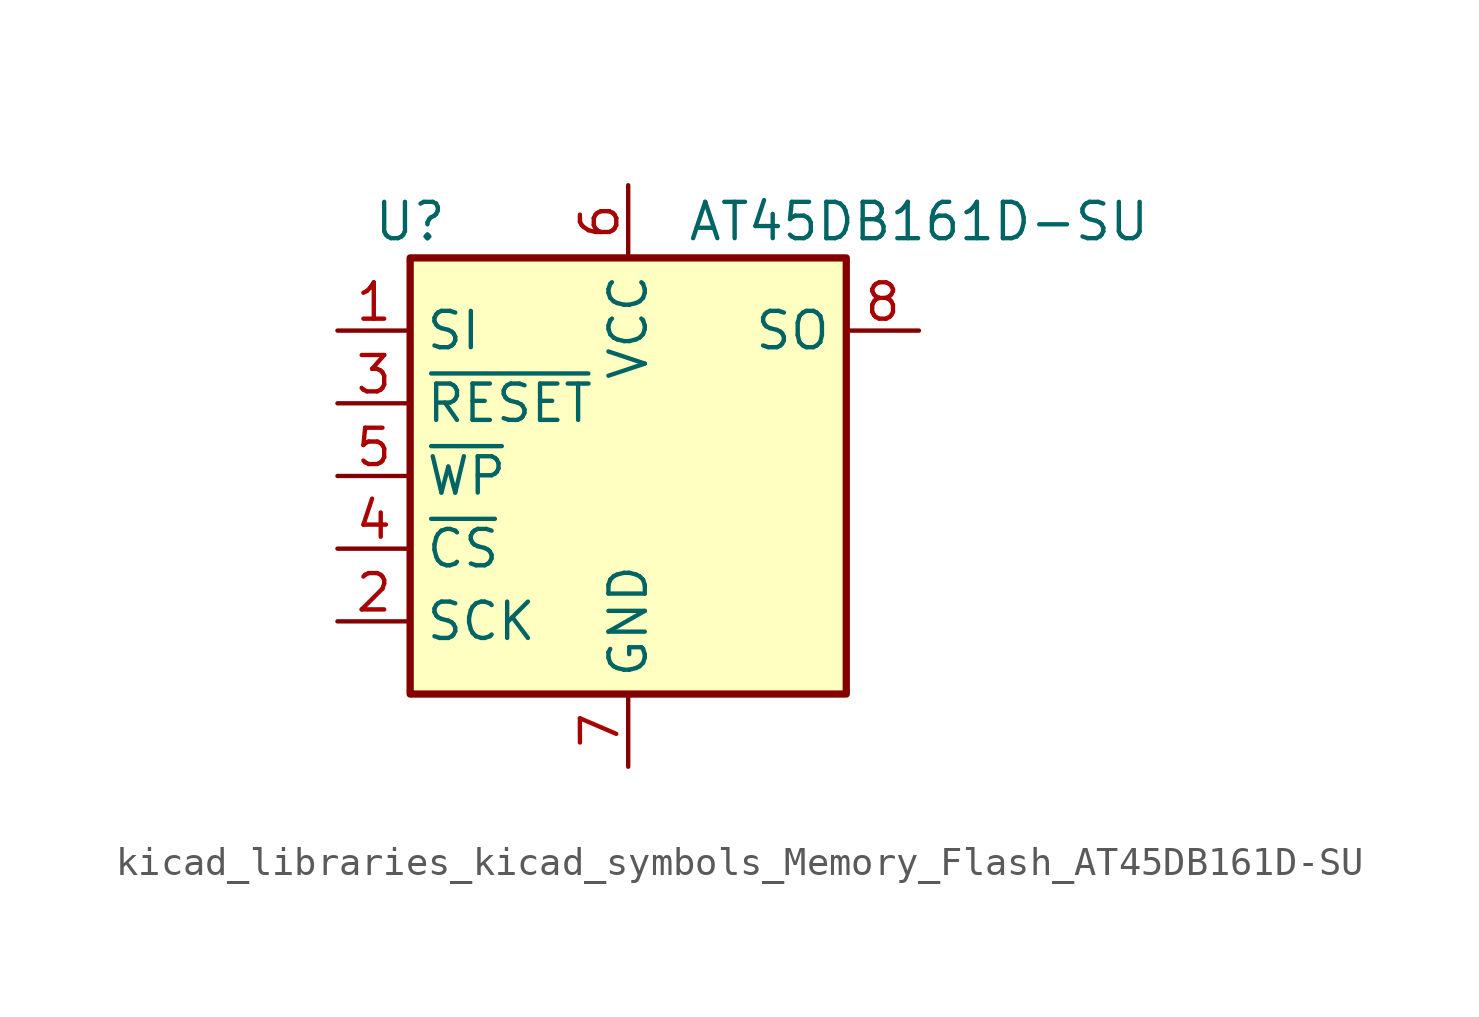
<source format=kicad_sym>
(kicad_symbol_lib
  (version 20220914)
  (generator kicad_symbol_editor)
  (symbol "kicad_libraries_kicad_symbols_Memory_Flash_AT45DB161D-SU"
    (property "Reference" "U"
      (at -7.62 8.89 0)
      (effects (font (size 1.27 1.27))))
    (property "Value" "AT45DB161D-SU"
      (at 10.16 8.89 0)
      (effects (font (size 1.27 1.27))))
    (symbol "kicad_libraries_kicad_symbols_Memory_Flash_AT45DB161D-SU_1_1"
      (rectangle (start -7.62 7.62) (end 7.62 -7.62) (stroke (width 0.254) (type default)) (fill (type background)))
      (pin input line (at -10.16 5.08 0) (length 2.54) (name "SI" (effects (font (size 1.27 1.27)))) (number "1" (effects (font (size 1.27 1.27)))))
      (pin input line (at -10.16 -5.08 0) (length 2.54) (name "SCK" (effects (font (size 1.27 1.27)))) (number "2" (effects (font (size 1.27 1.27)))))
      (pin bidirectional line (at -10.16 2.54 0) (length 2.54) (name "~{RESET}" (effects (font (size 1.27 1.27)))) (number "3" (effects (font (size 1.27 1.27)))))
      (pin input line (at -10.16 -2.54 0) (length 2.54) (name "~{CS}" (effects (font (size 1.27 1.27)))) (number "4" (effects (font (size 1.27 1.27)))))
      (pin input line (at -10.16 0 0) (length 2.54) (name "~{WP}" (effects (font (size 1.27 1.27)))) (number "5" (effects (font (size 1.27 1.27)))))
      (pin power_in line (at 0 10.16 270) (length 2.54) (name "VCC" (effects (font (size 1.27 1.27)))) (number "6" (effects (font (size 1.27 1.27)))))
      (pin power_in line (at 0 -10.16 90) (length 2.54) (name "GND" (effects (font (size 1.27 1.27)))) (number "7" (effects (font (size 1.27 1.27)))))
      (pin output line (at 10.16 5.08 180) (length 2.54) (name "SO" (effects (font (size 1.27 1.27)))) (number "8" (effects (font (size 1.27 1.27))))))))
</source>
